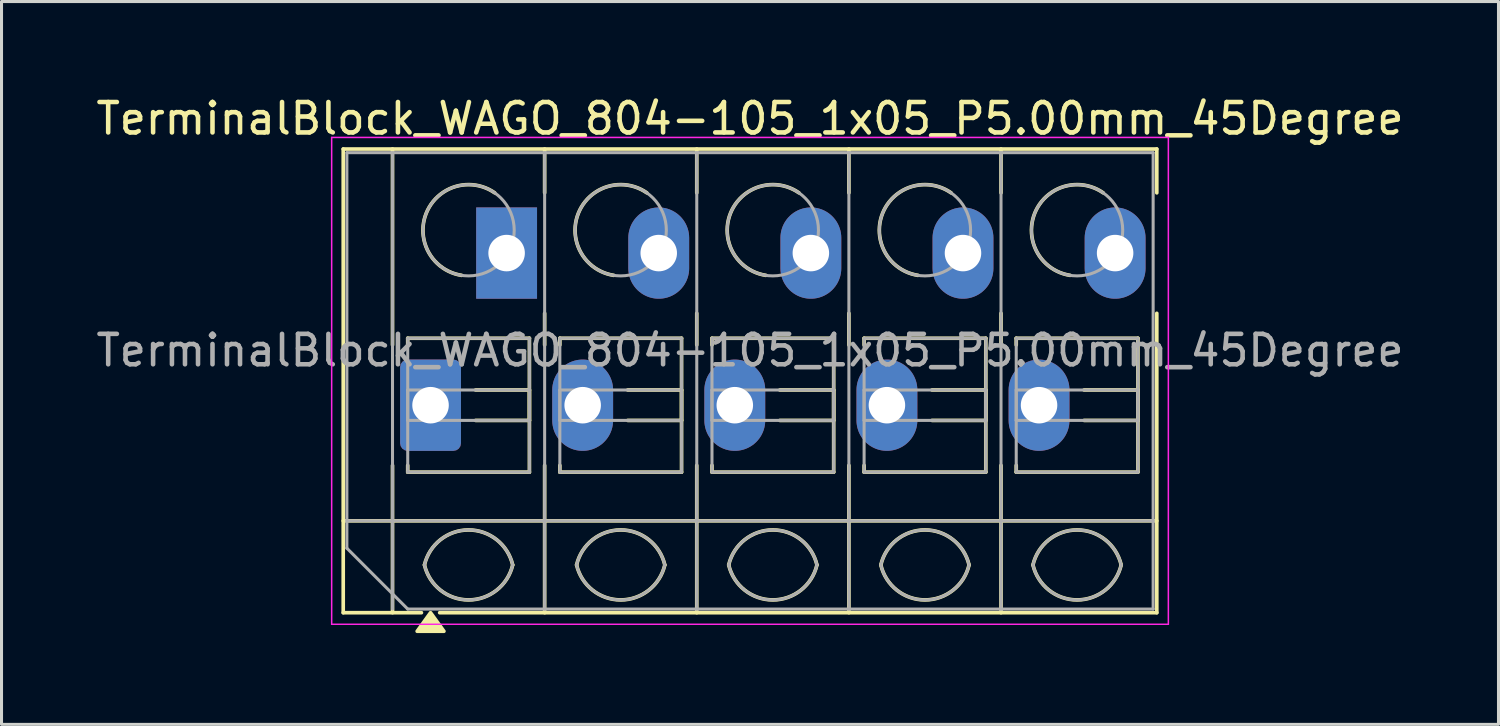
<source format=kicad_pcb>
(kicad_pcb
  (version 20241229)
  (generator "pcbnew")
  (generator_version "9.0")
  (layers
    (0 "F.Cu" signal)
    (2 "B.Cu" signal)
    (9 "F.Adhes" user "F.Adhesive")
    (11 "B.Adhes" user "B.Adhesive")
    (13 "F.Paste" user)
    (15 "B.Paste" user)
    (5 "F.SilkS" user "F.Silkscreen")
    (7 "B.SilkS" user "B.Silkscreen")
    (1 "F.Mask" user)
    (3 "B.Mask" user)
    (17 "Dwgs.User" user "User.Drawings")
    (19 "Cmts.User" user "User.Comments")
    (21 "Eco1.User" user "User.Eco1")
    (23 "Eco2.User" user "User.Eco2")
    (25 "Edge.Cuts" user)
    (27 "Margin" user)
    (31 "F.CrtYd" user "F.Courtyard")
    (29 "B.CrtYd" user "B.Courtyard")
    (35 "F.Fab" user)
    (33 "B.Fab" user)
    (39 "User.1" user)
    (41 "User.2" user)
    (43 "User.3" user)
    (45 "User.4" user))
  (footprint "TerminalBlock_WAGO_804-105_1x05_P5.00mm_45Degree"
    (layer "F.Cu")
    (at 11.101 10.268)
    (property "Reference" "TerminalBlock_WAGO_804-105_1x05_P5.00mm_45Degree" (at 10.5 -9.42 0) (layer "F.SilkS") (effects (font (size 1 1) (thickness 0.15))))
    (attr through_hole)
    (fp_line (start -2.87 -8.42) (end -2.87 6.82) (stroke (width 0.12) (type solid)) (layer "F.SilkS"))
    (fp_line (start -2.87 -8.42) (end 23.87 -8.42) (stroke (width 0.12) (type solid)) (layer "F.SilkS"))
    (fp_line (start -2.87 3.8) (end 23.87 3.8) (stroke (width 0.12) (type solid)) (layer "F.SilkS"))
    (fp_line (start -2.87 6.82) (end -0.3 6.82) (stroke (width 0.12) (type solid)) (layer "F.SilkS"))
    (fp_line (start -1.25 -8.42) (end -1.25 -1.98) (stroke (width 0.12) (type solid)) (layer "F.SilkS"))
    (fp_line (start -1.25 1.98) (end -1.25 6.82) (stroke (width 0.12) (type solid)) (layer "F.SilkS"))
    (fp_line (start -0.75 -2.2) (end -0.75 -1.98) (stroke (width 0.12) (type solid)) (layer "F.SilkS"))
    (fp_line (start -0.75 -2.2) (end 3.25 -2.2) (stroke (width 0.12) (type solid)) (layer "F.SilkS"))
    (fp_line (start -0.75 1.98) (end -0.75 2.2) (stroke (width 0.12) (type solid)) (layer "F.SilkS"))
    (fp_line (start -0.75 2.2) (end 3.25 2.2) (stroke (width 0.12) (type solid)) (layer "F.SilkS"))
    (fp_line (start 0.3 6.82) (end 23.87 6.82) (stroke (width 0.12) (type solid)) (layer "F.SilkS"))
    (fp_line (start 1.48 -0.5) (end 3.25 -0.5) (stroke (width 0.12) (type solid)) (layer "F.SilkS"))
    (fp_line (start 1.48 0.5) (end 3.25 0.5) (stroke (width 0.12) (type solid)) (layer "F.SilkS"))
    (fp_line (start 3.25 -2.2) (end 3.25 2.2) (stroke (width 0.12) (type solid)) (layer "F.SilkS"))
    (fp_line (start 3.25 -0.5) (end 3.25 0.5) (stroke (width 0.12) (type solid)) (layer "F.SilkS"))
    (fp_line (start 3.75 -8.42) (end 3.75 -6.98) (stroke (width 0.12) (type solid)) (layer "F.SilkS"))
    (fp_line (start 3.75 -3.02) (end 3.75 -1.98) (stroke (width 0.12) (type solid)) (layer "F.SilkS"))
    (fp_line (start 3.75 1.98) (end 3.75 6.82) (stroke (width 0.12) (type solid)) (layer "F.SilkS"))
    (fp_line (start 4.25 -2.2) (end 4.25 -1.98) (stroke (width 0.12) (type solid)) (layer "F.SilkS"))
    (fp_line (start 4.25 -2.2) (end 8.25 -2.2) (stroke (width 0.12) (type solid)) (layer "F.SilkS"))
    (fp_line (start 4.25 1.98) (end 4.25 2.2) (stroke (width 0.12) (type solid)) (layer "F.SilkS"))
    (fp_line (start 4.25 2.2) (end 8.25 2.2) (stroke (width 0.12) (type solid)) (layer "F.SilkS"))
    (fp_line (start 6.48 -0.5) (end 8.25 -0.5) (stroke (width 0.12) (type solid)) (layer "F.SilkS"))
    (fp_line (start 6.48 0.5) (end 8.25 0.5) (stroke (width 0.12) (type solid)) (layer "F.SilkS"))
    (fp_line (start 8.25 -2.2) (end 8.25 2.2) (stroke (width 0.12) (type solid)) (layer "F.SilkS"))
    (fp_line (start 8.25 -0.5) (end 8.25 0.5) (stroke (width 0.12) (type solid)) (layer "F.SilkS"))
    (fp_line (start 8.75 -8.42) (end 8.75 -6.98) (stroke (width 0.12) (type solid)) (layer "F.SilkS"))
    (fp_line (start 8.75 -3.02) (end 8.75 -1.98) (stroke (width 0.12) (type solid)) (layer "F.SilkS"))
    (fp_line (start 8.75 1.98) (end 8.75 6.82) (stroke (width 0.12) (type solid)) (layer "F.SilkS"))
    (fp_line (start 9.25 -2.2) (end 9.25 -1.98) (stroke (width 0.12) (type solid)) (layer "F.SilkS"))
    (fp_line (start 9.25 -2.2) (end 13.25 -2.2) (stroke (width 0.12) (type solid)) (layer "F.SilkS"))
    (fp_line (start 9.25 1.98) (end 9.25 2.2) (stroke (width 0.12) (type solid)) (layer "F.SilkS"))
    (fp_line (start 9.25 2.2) (end 13.25 2.2) (stroke (width 0.12) (type solid)) (layer "F.SilkS"))
    (fp_line (start 11.48 -0.5) (end 13.25 -0.5) (stroke (width 0.12) (type solid)) (layer "F.SilkS"))
    (fp_line (start 11.48 0.5) (end 13.25 0.5) (stroke (width 0.12) (type solid)) (layer "F.SilkS"))
    (fp_line (start 13.25 -2.2) (end 13.25 2.2) (stroke (width 0.12) (type solid)) (layer "F.SilkS"))
    (fp_line (start 13.25 -0.5) (end 13.25 0.5) (stroke (width 0.12) (type solid)) (layer "F.SilkS"))
    (fp_line (start 13.75 -8.42) (end 13.75 -6.98) (stroke (width 0.12) (type solid)) (layer "F.SilkS"))
    (fp_line (start 13.75 -3.02) (end 13.75 -1.98) (stroke (width 0.12) (type solid)) (layer "F.SilkS"))
    (fp_line (start 13.75 1.98) (end 13.75 6.82) (stroke (width 0.12) (type solid)) (layer "F.SilkS"))
    (fp_line (start 14.25 -2.2) (end 14.25 -1.98) (stroke (width 0.12) (type solid)) (layer "F.SilkS"))
    (fp_line (start 14.25 -2.2) (end 18.25 -2.2) (stroke (width 0.12) (type solid)) (layer "F.SilkS"))
    (fp_line (start 14.25 1.98) (end 14.25 2.2) (stroke (width 0.12) (type solid)) (layer "F.SilkS"))
    (fp_line (start 14.25 2.2) (end 18.25 2.2) (stroke (width 0.12) (type solid)) (layer "F.SilkS"))
    (fp_line (start 16.48 -0.5) (end 18.25 -0.5) (stroke (width 0.12) (type solid)) (layer "F.SilkS"))
    (fp_line (start 16.48 0.5) (end 18.25 0.5) (stroke (width 0.12) (type solid)) (layer "F.SilkS"))
    (fp_line (start 18.25 -2.2) (end 18.25 2.2) (stroke (width 0.12) (type solid)) (layer "F.SilkS"))
    (fp_line (start 18.25 -0.5) (end 18.25 0.5) (stroke (width 0.12) (type solid)) (layer "F.SilkS"))
    (fp_line (start 18.75 -8.42) (end 18.75 -6.98) (stroke (width 0.12) (type solid)) (layer "F.SilkS"))
    (fp_line (start 18.75 -3.02) (end 18.75 -1.98) (stroke (width 0.12) (type solid)) (layer "F.SilkS"))
    (fp_line (start 18.75 1.98) (end 18.75 6.82) (stroke (width 0.12) (type solid)) (layer "F.SilkS"))
    (fp_line (start 19.25 -2.2) (end 19.25 -1.98) (stroke (width 0.12) (type solid)) (layer "F.SilkS"))
    (fp_line (start 19.25 -2.2) (end 23.25 -2.2) (stroke (width 0.12) (type solid)) (layer "F.SilkS"))
    (fp_line (start 19.25 1.98) (end 19.25 2.2) (stroke (width 0.12) (type solid)) (layer "F.SilkS"))
    (fp_line (start 19.25 2.2) (end 23.25 2.2) (stroke (width 0.12) (type solid)) (layer "F.SilkS"))
    (fp_line (start 21.48 -0.5) (end 23.25 -0.5) (stroke (width 0.12) (type solid)) (layer "F.SilkS"))
    (fp_line (start 21.48 0.5) (end 23.25 0.5) (stroke (width 0.12) (type solid)) (layer "F.SilkS"))
    (fp_line (start 23.25 -2.2) (end 23.25 2.2) (stroke (width 0.12) (type solid)) (layer "F.SilkS"))
    (fp_line (start 23.25 -0.5) (end 23.25 0.5) (stroke (width 0.12) (type solid)) (layer "F.SilkS"))
    (fp_line (start 23.87 -8.42) (end 23.87 -6.98) (stroke (width 0.12) (type solid)) (layer "F.SilkS"))
    (fp_line (start 23.87 -3.02) (end 23.87 6.82) (stroke (width 0.12) (type solid)) (layer "F.SilkS"))
    (fp_arc (start -0.2 5.25) (mid 1.25 4.1) (end 2.7 5.25) (stroke (width 0.12) (type solid)) (layer "F.SilkS"))
    (fp_arc (start 1.02 -4.268) (mid -0.141916 -6.309209) (end 2.109 -6.98) (stroke (width 0.12) (type solid)) (layer "F.SilkS"))
    (fp_arc (start 2.7 5.25) (mid 1.25 6.4) (end -0.2 5.25) (stroke (width 0.12) (type solid)) (layer "F.SilkS"))
    (fp_arc (start 4.8 5.25) (mid 6.25 4.1) (end 7.7 5.25) (stroke (width 0.12) (type solid)) (layer "F.SilkS"))
    (fp_arc (start 6.02 -4.268) (mid 4.858084 -6.309209) (end 7.109 -6.98) (stroke (width 0.12) (type solid)) (layer "F.SilkS"))
    (fp_arc (start 7.7 5.25) (mid 6.25 6.4) (end 4.8 5.25) (stroke (width 0.12) (type solid)) (layer "F.SilkS"))
    (fp_arc (start 9.8 5.25) (mid 11.25 4.1) (end 12.7 5.25) (stroke (width 0.12) (type solid)) (layer "F.SilkS"))
    (fp_arc (start 11.02 -4.268) (mid 9.858084 -6.309209) (end 12.109 -6.98) (stroke (width 0.12) (type solid)) (layer "F.SilkS"))
    (fp_arc (start 12.7 5.25) (mid 11.25 6.4) (end 9.8 5.25) (stroke (width 0.12) (type solid)) (layer "F.SilkS"))
    (fp_arc (start 14.8 5.25) (mid 16.25 4.1) (end 17.7 5.25) (stroke (width 0.12) (type solid)) (layer "F.SilkS"))
    (fp_arc (start 16.02 -4.268) (mid 14.858084 -6.309209) (end 17.109 -6.98) (stroke (width 0.12) (type solid)) (layer "F.SilkS"))
    (fp_arc (start 17.7 5.25) (mid 16.25 6.4) (end 14.8 5.25) (stroke (width 0.12) (type solid)) (layer "F.SilkS"))
    (fp_arc (start 19.8 5.25) (mid 21.25 4.1) (end 22.7 5.25) (stroke (width 0.12) (type solid)) (layer "F.SilkS"))
    (fp_arc (start 21.02 -4.268) (mid 19.858084 -6.309209) (end 22.109 -6.98) (stroke (width 0.12) (type solid)) (layer "F.SilkS"))
    (fp_arc (start 22.7 5.25) (mid 21.25 6.4) (end 19.8 5.25) (stroke (width 0.12) (type solid)) (layer "F.SilkS"))
    (fp_poly (pts (xy 0 6.82) (xy 0.44 7.43) (xy -0.44 7.43)) (stroke (width 0.12) (type solid)) (fill yes) (layer "F.SilkS"))
    (fp_line (start -3.25 -8.8) (end -3.25 7.2) (stroke (width 0.05) (type solid)) (layer "F.CrtYd"))
    (fp_line (start -3.25 7.2) (end 24.25 7.2) (stroke (width 0.05) (type solid)) (layer "F.CrtYd"))
    (fp_line (start 24.25 -8.8) (end -3.25 -8.8) (stroke (width 0.05) (type solid)) (layer "F.CrtYd"))
    (fp_line (start 24.25 7.2) (end 24.25 -8.8) (stroke (width 0.05) (type solid)) (layer "F.CrtYd"))
    (fp_line (start -2.75 -8.3) (end 23.75 -8.3) (stroke (width 0.1) (type solid)) (layer "F.Fab"))
    (fp_line (start -2.75 3.8) (end 23.75 3.8) (stroke (width 0.1) (type solid)) (layer "F.Fab"))
    (fp_line (start -2.75 4.7) (end -2.75 -8.3) (stroke (width 0.1) (type solid)) (layer "F.Fab"))
    (fp_line (start -1.25 -8.3) (end -1.25 6.7) (stroke (width 0.1) (type solid)) (layer "F.Fab"))
    (fp_line (start -0.75 -2.2) (end -0.75 2.2) (stroke (width 0.1) (type solid)) (layer "F.Fab"))
    (fp_line (start -0.75 -0.5) (end -0.75 0.5) (stroke (width 0.1) (type solid)) (layer "F.Fab"))
    (fp_line (start -0.75 0.5) (end 3.25 0.5) (stroke (width 0.1) (type solid)) (layer "F.Fab"))
    (fp_line (start -0.75 2.2) (end 3.25 2.2) (stroke (width 0.1) (type solid)) (layer "F.Fab"))
    (fp_line (start -0.75 6.7) (end -2.75 4.7) (stroke (width 0.1) (type solid)) (layer "F.Fab"))
    (fp_line (start 3.25 -2.2) (end -0.75 -2.2) (stroke (width 0.1) (type solid)) (layer "F.Fab"))
    (fp_line (start 3.25 -0.5) (end -0.75 -0.5) (stroke (width 0.1) (type solid)) (layer "F.Fab"))
    (fp_line (start 3.25 0.5) (end 3.25 -0.5) (stroke (width 0.1) (type solid)) (layer "F.Fab"))
    (fp_line (start 3.25 2.2) (end 3.25 -2.2) (stroke (width 0.1) (type solid)) (layer "F.Fab"))
    (fp_line (start 3.75 -8.3) (end 3.75 6.7) (stroke (width 0.1) (type solid)) (layer "F.Fab"))
    (fp_line (start 4.25 -2.2) (end 4.25 2.2) (stroke (width 0.1) (type solid)) (layer "F.Fab"))
    (fp_line (start 4.25 -0.5) (end 4.25 0.5) (stroke (width 0.1) (type solid)) (layer "F.Fab"))
    (fp_line (start 4.25 0.5) (end 8.25 0.5) (stroke (width 0.1) (type solid)) (layer "F.Fab"))
    (fp_line (start 4.25 2.2) (end 8.25 2.2) (stroke (width 0.1) (type solid)) (layer "F.Fab"))
    (fp_line (start 8.25 -2.2) (end 4.25 -2.2) (stroke (width 0.1) (type solid)) (layer "F.Fab"))
    (fp_line (start 8.25 -0.5) (end 4.25 -0.5) (stroke (width 0.1) (type solid)) (layer "F.Fab"))
    (fp_line (start 8.25 0.5) (end 8.25 -0.5) (stroke (width 0.1) (type solid)) (layer "F.Fab"))
    (fp_line (start 8.25 2.2) (end 8.25 -2.2) (stroke (width 0.1) (type solid)) (layer "F.Fab"))
    (fp_line (start 8.75 -8.3) (end 8.75 6.7) (stroke (width 0.1) (type solid)) (layer "F.Fab"))
    (fp_line (start 9.25 -2.2) (end 9.25 2.2) (stroke (width 0.1) (type solid)) (layer "F.Fab"))
    (fp_line (start 9.25 -0.5) (end 9.25 0.5) (stroke (width 0.1) (type solid)) (layer "F.Fab"))
    (fp_line (start 9.25 0.5) (end 13.25 0.5) (stroke (width 0.1) (type solid)) (layer "F.Fab"))
    (fp_line (start 9.25 2.2) (end 13.25 2.2) (stroke (width 0.1) (type solid)) (layer "F.Fab"))
    (fp_line (start 13.25 -2.2) (end 9.25 -2.2) (stroke (width 0.1) (type solid)) (layer "F.Fab"))
    (fp_line (start 13.25 -0.5) (end 9.25 -0.5) (stroke (width 0.1) (type solid)) (layer "F.Fab"))
    (fp_line (start 13.25 0.5) (end 13.25 -0.5) (stroke (width 0.1) (type solid)) (layer "F.Fab"))
    (fp_line (start 13.25 2.2) (end 13.25 -2.2) (stroke (width 0.1) (type solid)) (layer "F.Fab"))
    (fp_line (start 13.75 -8.3) (end 13.75 6.7) (stroke (width 0.1) (type solid)) (layer "F.Fab"))
    (fp_line (start 14.25 -2.2) (end 14.25 2.2) (stroke (width 0.1) (type solid)) (layer "F.Fab"))
    (fp_line (start 14.25 -0.5) (end 14.25 0.5) (stroke (width 0.1) (type solid)) (layer "F.Fab"))
    (fp_line (start 14.25 0.5) (end 18.25 0.5) (stroke (width 0.1) (type solid)) (layer "F.Fab"))
    (fp_line (start 14.25 2.2) (end 18.25 2.2) (stroke (width 0.1) (type solid)) (layer "F.Fab"))
    (fp_line (start 18.25 -2.2) (end 14.25 -2.2) (stroke (width 0.1) (type solid)) (layer "F.Fab"))
    (fp_line (start 18.25 -0.5) (end 14.25 -0.5) (stroke (width 0.1) (type solid)) (layer "F.Fab"))
    (fp_line (start 18.25 0.5) (end 18.25 -0.5) (stroke (width 0.1) (type solid)) (layer "F.Fab"))
    (fp_line (start 18.25 2.2) (end 18.25 -2.2) (stroke (width 0.1) (type solid)) (layer "F.Fab"))
    (fp_line (start 18.75 -8.3) (end 18.75 6.7) (stroke (width 0.1) (type solid)) (layer "F.Fab"))
    (fp_line (start 19.25 -2.2) (end 19.25 2.2) (stroke (width 0.1) (type solid)) (layer "F.Fab"))
    (fp_line (start 19.25 -0.5) (end 19.25 0.5) (stroke (width 0.1) (type solid)) (layer "F.Fab"))
    (fp_line (start 19.25 0.5) (end 23.25 0.5) (stroke (width 0.1) (type solid)) (layer "F.Fab"))
    (fp_line (start 19.25 2.2) (end 23.25 2.2) (stroke (width 0.1) (type solid)) (layer "F.Fab"))
    (fp_line (start 23.25 -2.2) (end 19.25 -2.2) (stroke (width 0.1) (type solid)) (layer "F.Fab"))
    (fp_line (start 23.25 -0.5) (end 19.25 -0.5) (stroke (width 0.1) (type solid)) (layer "F.Fab"))
    (fp_line (start 23.25 0.5) (end 23.25 -0.5) (stroke (width 0.1) (type solid)) (layer "F.Fab"))
    (fp_line (start 23.25 2.2) (end 23.25 -2.2) (stroke (width 0.1) (type solid)) (layer "F.Fab"))
    (fp_line (start 23.75 -8.3) (end 23.75 6.7) (stroke (width 0.1) (type solid)) (layer "F.Fab"))
    (fp_line (start 23.75 6.7) (end -0.75 6.7) (stroke (width 0.1) (type solid)) (layer "F.Fab"))
    (fp_arc (start -0.2 5.25) (mid 1.25 4.1) (end 2.7 5.25) (stroke (width 0.1) (type solid)) (layer "F.Fab"))
    (fp_arc (start 2.7 5.25) (mid 1.25 6.4) (end -0.2 5.25) (stroke (width 0.1) (type solid)) (layer "F.Fab"))
    (fp_arc (start 4.8 5.25) (mid 6.25 4.1) (end 7.7 5.25) (stroke (width 0.1) (type solid)) (layer "F.Fab"))
    (fp_arc (start 7.7 5.25) (mid 6.25 6.4) (end 4.8 5.25) (stroke (width 0.1) (type solid)) (layer "F.Fab"))
    (fp_arc (start 9.8 5.25) (mid 11.25 4.1) (end 12.7 5.25) (stroke (width 0.1) (type solid)) (layer "F.Fab"))
    (fp_arc (start 12.7 5.25) (mid 11.25 6.4) (end 9.8 5.25) (stroke (width 0.1) (type solid)) (layer "F.Fab"))
    (fp_arc (start 14.8 5.25) (mid 16.25 4.1) (end 17.7 5.25) (stroke (width 0.1) (type solid)) (layer "F.Fab"))
    (fp_arc (start 17.7 5.25) (mid 16.25 6.4) (end 14.8 5.25) (stroke (width 0.1) (type solid)) (layer "F.Fab"))
    (fp_arc (start 19.8 5.25) (mid 21.25 4.1) (end 22.7 5.25) (stroke (width 0.1) (type solid)) (layer "F.Fab"))
    (fp_arc (start 22.7 5.25) (mid 21.25 6.4) (end 19.8 5.25) (stroke (width 0.1) (type solid)) (layer "F.Fab"))
    (fp_circle (center 1.25 -5.75) (end 2.75 -5.75) (stroke (width 0.1) (type solid)) (fill no) (layer "F.Fab"))
    (fp_circle (center 6.25 -5.75) (end 7.75 -5.75) (stroke (width 0.1) (type solid)) (fill no) (layer "F.Fab"))
    (fp_circle (center 11.25 -5.75) (end 12.75 -5.75) (stroke (width 0.1) (type solid)) (fill no) (layer "F.Fab"))
    (fp_circle (center 16.25 -5.75) (end 17.75 -5.75) (stroke (width 0.1) (type solid)) (fill no) (layer "F.Fab"))
    (fp_circle (center 21.25 -5.75) (end 22.75 -5.75) (stroke (width 0.1) (type solid)) (fill no) (layer "F.Fab"))
    (fp_text user "${REFERENCE}" (at 10.5 -1.8 0) (layer "F.Fab") (effects (font (size 1 1) (thickness 0.15))))
    (pad "1" thru_hole roundrect (at 0 0) (size 2 3) (drill 1.2) (layers "*.Cu" "*.Mask") (roundrect_rratio 0.125))
    (pad "1" thru_hole rect (at 2.5 -5) (size 2 3) (drill 1.2) (layers "*.Cu" "*.Mask"))
    (pad "2" thru_hole oval (at 5 0) (size 2 3) (drill 1.2) (layers "*.Cu" "*.Mask"))
    (pad "2" thru_hole oval (at 7.5 -5) (size 2 3) (drill 1.2) (layers "*.Cu" "*.Mask"))
    (pad "3" thru_hole oval (at 10 0) (size 2 3) (drill 1.2) (layers "*.Cu" "*.Mask"))
    (pad "3" thru_hole oval (at 12.5 -5) (size 2 3) (drill 1.2) (layers "*.Cu" "*.Mask"))
    (pad "4" thru_hole oval (at 15 0) (size 2 3) (drill 1.2) (layers "*.Cu" "*.Mask"))
    (pad "4" thru_hole oval (at 17.5 -5) (size 2 3) (drill 1.2) (layers "*.Cu" "*.Mask"))
    (pad "5" thru_hole oval (at 20 0) (size 2 3) (drill 1.2) (layers "*.Cu" "*.Mask"))
    (pad "5" thru_hole oval (at 22.5 -5) (size 2 3) (drill 1.2) (layers "*.Cu" "*.Mask")))
  (gr_rect
    (start -3 -3)
    (end 46.202 20.758)
    (stroke (width 0.1) (type default))
    (fill no)
    (layer "Edge.Cuts")))
</source>
